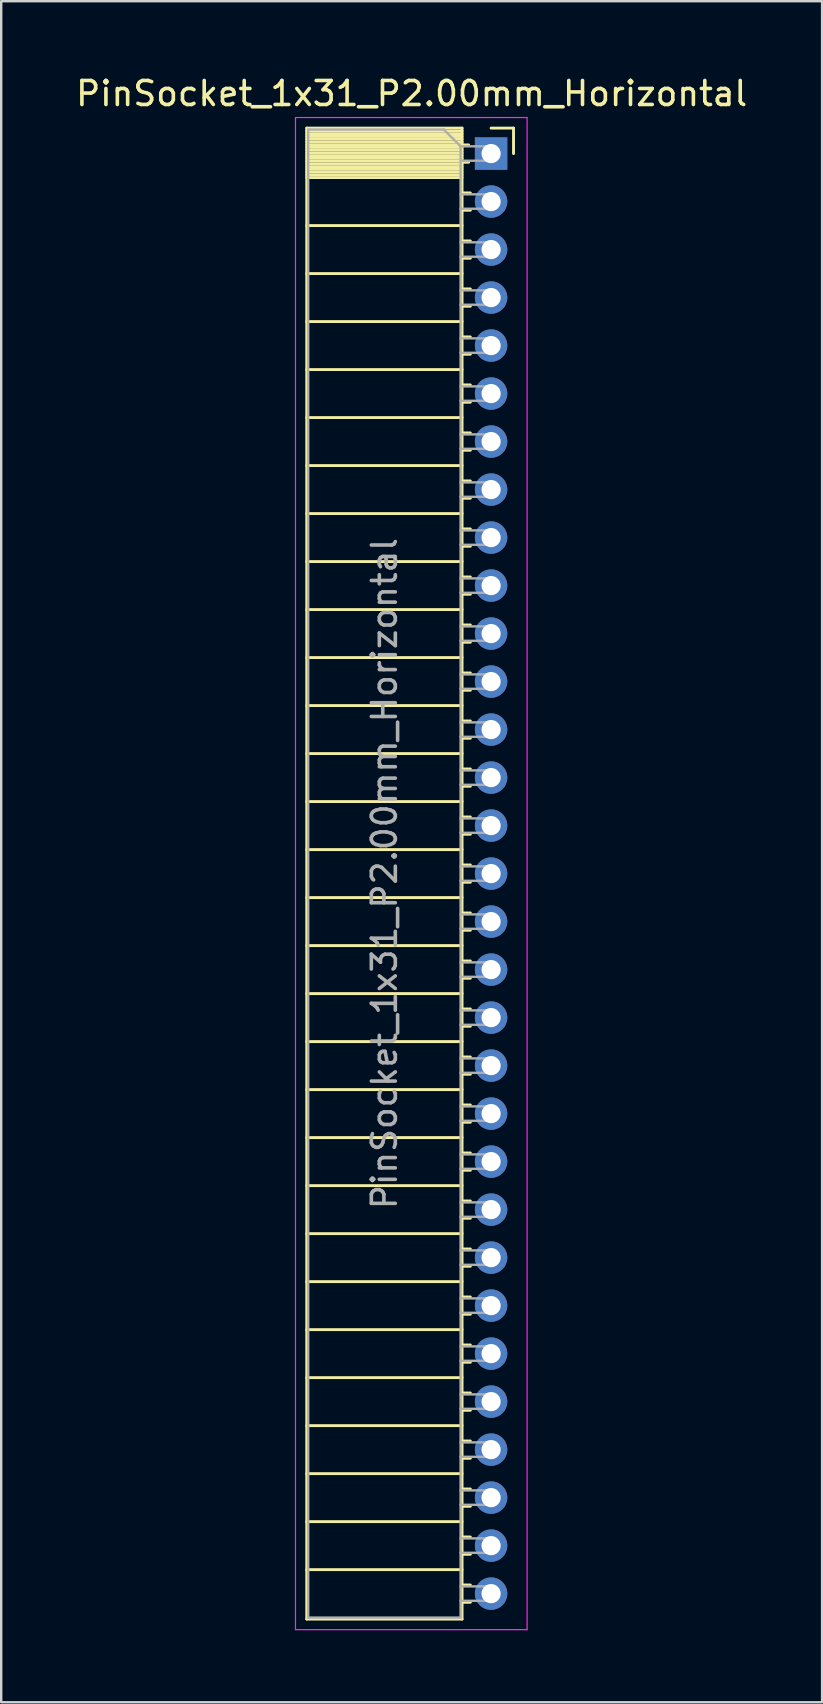
<source format=kicad_pcb>
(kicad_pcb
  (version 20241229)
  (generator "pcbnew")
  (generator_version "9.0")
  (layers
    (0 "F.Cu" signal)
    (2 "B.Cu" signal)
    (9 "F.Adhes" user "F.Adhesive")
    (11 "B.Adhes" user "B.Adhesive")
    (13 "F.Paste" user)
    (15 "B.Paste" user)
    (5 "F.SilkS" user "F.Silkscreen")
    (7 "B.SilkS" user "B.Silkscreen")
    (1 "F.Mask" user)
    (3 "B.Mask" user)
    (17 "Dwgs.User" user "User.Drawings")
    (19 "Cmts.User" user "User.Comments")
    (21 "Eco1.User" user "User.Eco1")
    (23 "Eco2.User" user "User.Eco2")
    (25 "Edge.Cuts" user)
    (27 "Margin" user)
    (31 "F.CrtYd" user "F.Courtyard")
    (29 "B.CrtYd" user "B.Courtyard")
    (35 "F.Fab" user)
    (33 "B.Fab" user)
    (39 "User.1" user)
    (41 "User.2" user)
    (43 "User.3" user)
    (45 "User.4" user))
  (footprint "PinSocket_1x31_P2.00mm_Horizontal"
    (layer "F.Cu")
    (at 17.411 3.348)
    (property "Reference" "PinSocket_1x31_P2.00mm_Horizontal" (at -3.31 -2.5 0) (layer "F.SilkS") (effects (font (size 1 1) (thickness 0.15))))
    (attr through_hole)
    (fp_line (start -7.68 -1.06) (end -7.68 61.06) (stroke (width 0.12) (type solid)) (layer "F.SilkS"))
    (fp_line (start -7.68 -1.06) (end -1.21 -1.06) (stroke (width 0.12) (type solid)) (layer "F.SilkS"))
    (fp_line (start -7.68 -0.94) (end -1.21 -0.94) (stroke (width 0.12) (type solid)) (layer "F.SilkS"))
    (fp_line (start -7.68 -0.826) (end -1.21 -0.826) (stroke (width 0.12) (type solid)) (layer "F.SilkS"))
    (fp_line (start -7.68 -0.712) (end -1.21 -0.712) (stroke (width 0.12) (type solid)) (layer "F.SilkS"))
    (fp_line (start -7.68 -0.598) (end -1.21 -0.598) (stroke (width 0.12) (type solid)) (layer "F.SilkS"))
    (fp_line (start -7.68 -0.484) (end -1.21 -0.484) (stroke (width 0.12) (type solid)) (layer "F.SilkS"))
    (fp_line (start -7.68 -0.369) (end -1.21 -0.369) (stroke (width 0.12) (type solid)) (layer "F.SilkS"))
    (fp_line (start -7.68 -0.255) (end -1.21 -0.255) (stroke (width 0.12) (type solid)) (layer "F.SilkS"))
    (fp_line (start -7.68 -0.141) (end -1.21 -0.141) (stroke (width 0.12) (type solid)) (layer "F.SilkS"))
    (fp_line (start -7.68 -0.027) (end -1.21 -0.027) (stroke (width 0.12) (type solid)) (layer "F.SilkS"))
    (fp_line (start -7.68 0.087) (end -1.21 0.087) (stroke (width 0.12) (type solid)) (layer "F.SilkS"))
    (fp_line (start -7.68 0.201) (end -1.21 0.201) (stroke (width 0.12) (type solid)) (layer "F.SilkS"))
    (fp_line (start -7.68 0.315) (end -1.21 0.315) (stroke (width 0.12) (type solid)) (layer "F.SilkS"))
    (fp_line (start -7.68 0.429) (end -1.21 0.429) (stroke (width 0.12) (type solid)) (layer "F.SilkS"))
    (fp_line (start -7.68 0.544) (end -1.21 0.544) (stroke (width 0.12) (type solid)) (layer "F.SilkS"))
    (fp_line (start -7.68 0.658) (end -1.21 0.658) (stroke (width 0.12) (type solid)) (layer "F.SilkS"))
    (fp_line (start -7.68 0.772) (end -1.21 0.772) (stroke (width 0.12) (type solid)) (layer "F.SilkS"))
    (fp_line (start -7.68 0.886) (end -1.21 0.886) (stroke (width 0.12) (type solid)) (layer "F.SilkS"))
    (fp_line (start -7.68 1) (end -1.21 1) (stroke (width 0.12) (type solid)) (layer "F.SilkS"))
    (fp_line (start -7.68 3) (end -1.21 3) (stroke (width 0.12) (type solid)) (layer "F.SilkS"))
    (fp_line (start -7.68 5) (end -1.21 5) (stroke (width 0.12) (type solid)) (layer "F.SilkS"))
    (fp_line (start -7.68 7) (end -1.21 7) (stroke (width 0.12) (type solid)) (layer "F.SilkS"))
    (fp_line (start -7.68 9) (end -1.21 9) (stroke (width 0.12) (type solid)) (layer "F.SilkS"))
    (fp_line (start -7.68 11) (end -1.21 11) (stroke (width 0.12) (type solid)) (layer "F.SilkS"))
    (fp_line (start -7.68 13) (end -1.21 13) (stroke (width 0.12) (type solid)) (layer "F.SilkS"))
    (fp_line (start -7.68 15) (end -1.21 15) (stroke (width 0.12) (type solid)) (layer "F.SilkS"))
    (fp_line (start -7.68 17) (end -1.21 17) (stroke (width 0.12) (type solid)) (layer "F.SilkS"))
    (fp_line (start -7.68 19) (end -1.21 19) (stroke (width 0.12) (type solid)) (layer "F.SilkS"))
    (fp_line (start -7.68 21) (end -1.21 21) (stroke (width 0.12) (type solid)) (layer "F.SilkS"))
    (fp_line (start -7.68 23) (end -1.21 23) (stroke (width 0.12) (type solid)) (layer "F.SilkS"))
    (fp_line (start -7.68 25) (end -1.21 25) (stroke (width 0.12) (type solid)) (layer "F.SilkS"))
    (fp_line (start -7.68 27) (end -1.21 27) (stroke (width 0.12) (type solid)) (layer "F.SilkS"))
    (fp_line (start -7.68 29) (end -1.21 29) (stroke (width 0.12) (type solid)) (layer "F.SilkS"))
    (fp_line (start -7.68 31) (end -1.21 31) (stroke (width 0.12) (type solid)) (layer "F.SilkS"))
    (fp_line (start -7.68 33) (end -1.21 33) (stroke (width 0.12) (type solid)) (layer "F.SilkS"))
    (fp_line (start -7.68 35) (end -1.21 35) (stroke (width 0.12) (type solid)) (layer "F.SilkS"))
    (fp_line (start -7.68 37) (end -1.21 37) (stroke (width 0.12) (type solid)) (layer "F.SilkS"))
    (fp_line (start -7.68 39) (end -1.21 39) (stroke (width 0.12) (type solid)) (layer "F.SilkS"))
    (fp_line (start -7.68 41) (end -1.21 41) (stroke (width 0.12) (type solid)) (layer "F.SilkS"))
    (fp_line (start -7.68 43) (end -1.21 43) (stroke (width 0.12) (type solid)) (layer "F.SilkS"))
    (fp_line (start -7.68 45) (end -1.21 45) (stroke (width 0.12) (type solid)) (layer "F.SilkS"))
    (fp_line (start -7.68 47) (end -1.21 47) (stroke (width 0.12) (type solid)) (layer "F.SilkS"))
    (fp_line (start -7.68 49) (end -1.21 49) (stroke (width 0.12) (type solid)) (layer "F.SilkS"))
    (fp_line (start -7.68 51) (end -1.21 51) (stroke (width 0.12) (type solid)) (layer "F.SilkS"))
    (fp_line (start -7.68 53) (end -1.21 53) (stroke (width 0.12) (type solid)) (layer "F.SilkS"))
    (fp_line (start -7.68 55) (end -1.21 55) (stroke (width 0.12) (type solid)) (layer "F.SilkS"))
    (fp_line (start -7.68 57) (end -1.21 57) (stroke (width 0.12) (type solid)) (layer "F.SilkS"))
    (fp_line (start -7.68 59) (end -1.21 59) (stroke (width 0.12) (type solid)) (layer "F.SilkS"))
    (fp_line (start -7.68 61.06) (end -1.21 61.06) (stroke (width 0.12) (type solid)) (layer "F.SilkS"))
    (fp_line (start -1.21 -1.06) (end -1.21 61.06) (stroke (width 0.12) (type solid)) (layer "F.SilkS"))
    (fp_line (start -1.21 -0.36) (end -0.935 -0.36) (stroke (width 0.12) (type solid)) (layer "F.SilkS"))
    (fp_line (start -1.21 0.36) (end -0.935 0.36) (stroke (width 0.12) (type solid)) (layer "F.SilkS"))
    (fp_line (start -1.21 1.64) (end -0.863 1.64) (stroke (width 0.12) (type solid)) (layer "F.SilkS"))
    (fp_line (start -1.21 2.36) (end -0.863 2.36) (stroke (width 0.12) (type solid)) (layer "F.SilkS"))
    (fp_line (start -1.21 3.64) (end -0.863 3.64) (stroke (width 0.12) (type solid)) (layer "F.SilkS"))
    (fp_line (start -1.21 4.36) (end -0.863 4.36) (stroke (width 0.12) (type solid)) (layer "F.SilkS"))
    (fp_line (start -1.21 5.64) (end -0.863 5.64) (stroke (width 0.12) (type solid)) (layer "F.SilkS"))
    (fp_line (start -1.21 6.36) (end -0.863 6.36) (stroke (width 0.12) (type solid)) (layer "F.SilkS"))
    (fp_line (start -1.21 7.64) (end -0.863 7.64) (stroke (width 0.12) (type solid)) (layer "F.SilkS"))
    (fp_line (start -1.21 8.36) (end -0.863 8.36) (stroke (width 0.12) (type solid)) (layer "F.SilkS"))
    (fp_line (start -1.21 9.64) (end -0.863 9.64) (stroke (width 0.12) (type solid)) (layer "F.SilkS"))
    (fp_line (start -1.21 10.36) (end -0.863 10.36) (stroke (width 0.12) (type solid)) (layer "F.SilkS"))
    (fp_line (start -1.21 11.64) (end -0.863 11.64) (stroke (width 0.12) (type solid)) (layer "F.SilkS"))
    (fp_line (start -1.21 12.36) (end -0.863 12.36) (stroke (width 0.12) (type solid)) (layer "F.SilkS"))
    (fp_line (start -1.21 13.64) (end -0.863 13.64) (stroke (width 0.12) (type solid)) (layer "F.SilkS"))
    (fp_line (start -1.21 14.36) (end -0.863 14.36) (stroke (width 0.12) (type solid)) (layer "F.SilkS"))
    (fp_line (start -1.21 15.64) (end -0.863 15.64) (stroke (width 0.12) (type solid)) (layer "F.SilkS"))
    (fp_line (start -1.21 16.36) (end -0.863 16.36) (stroke (width 0.12) (type solid)) (layer "F.SilkS"))
    (fp_line (start -1.21 17.64) (end -0.863 17.64) (stroke (width 0.12) (type solid)) (layer "F.SilkS"))
    (fp_line (start -1.21 18.36) (end -0.863 18.36) (stroke (width 0.12) (type solid)) (layer "F.SilkS"))
    (fp_line (start -1.21 19.64) (end -0.863 19.64) (stroke (width 0.12) (type solid)) (layer "F.SilkS"))
    (fp_line (start -1.21 20.36) (end -0.863 20.36) (stroke (width 0.12) (type solid)) (layer "F.SilkS"))
    (fp_line (start -1.21 21.64) (end -0.863 21.64) (stroke (width 0.12) (type solid)) (layer "F.SilkS"))
    (fp_line (start -1.21 22.36) (end -0.863 22.36) (stroke (width 0.12) (type solid)) (layer "F.SilkS"))
    (fp_line (start -1.21 23.64) (end -0.863 23.64) (stroke (width 0.12) (type solid)) (layer "F.SilkS"))
    (fp_line (start -1.21 24.36) (end -0.863 24.36) (stroke (width 0.12) (type solid)) (layer "F.SilkS"))
    (fp_line (start -1.21 25.64) (end -0.863 25.64) (stroke (width 0.12) (type solid)) (layer "F.SilkS"))
    (fp_line (start -1.21 26.36) (end -0.863 26.36) (stroke (width 0.12) (type solid)) (layer "F.SilkS"))
    (fp_line (start -1.21 27.64) (end -0.863 27.64) (stroke (width 0.12) (type solid)) (layer "F.SilkS"))
    (fp_line (start -1.21 28.36) (end -0.863 28.36) (stroke (width 0.12) (type solid)) (layer "F.SilkS"))
    (fp_line (start -1.21 29.64) (end -0.863 29.64) (stroke (width 0.12) (type solid)) (layer "F.SilkS"))
    (fp_line (start -1.21 30.36) (end -0.863 30.36) (stroke (width 0.12) (type solid)) (layer "F.SilkS"))
    (fp_line (start -1.21 31.64) (end -0.863 31.64) (stroke (width 0.12) (type solid)) (layer "F.SilkS"))
    (fp_line (start -1.21 32.36) (end -0.863 32.36) (stroke (width 0.12) (type solid)) (layer "F.SilkS"))
    (fp_line (start -1.21 33.64) (end -0.863 33.64) (stroke (width 0.12) (type solid)) (layer "F.SilkS"))
    (fp_line (start -1.21 34.36) (end -0.863 34.36) (stroke (width 0.12) (type solid)) (layer "F.SilkS"))
    (fp_line (start -1.21 35.64) (end -0.863 35.64) (stroke (width 0.12) (type solid)) (layer "F.SilkS"))
    (fp_line (start -1.21 36.36) (end -0.863 36.36) (stroke (width 0.12) (type solid)) (layer "F.SilkS"))
    (fp_line (start -1.21 37.64) (end -0.863 37.64) (stroke (width 0.12) (type solid)) (layer "F.SilkS"))
    (fp_line (start -1.21 38.36) (end -0.863 38.36) (stroke (width 0.12) (type solid)) (layer "F.SilkS"))
    (fp_line (start -1.21 39.64) (end -0.863 39.64) (stroke (width 0.12) (type solid)) (layer "F.SilkS"))
    (fp_line (start -1.21 40.36) (end -0.863 40.36) (stroke (width 0.12) (type solid)) (layer "F.SilkS"))
    (fp_line (start -1.21 41.64) (end -0.863 41.64) (stroke (width 0.12) (type solid)) (layer "F.SilkS"))
    (fp_line (start -1.21 42.36) (end -0.863 42.36) (stroke (width 0.12) (type solid)) (layer "F.SilkS"))
    (fp_line (start -1.21 43.64) (end -0.863 43.64) (stroke (width 0.12) (type solid)) (layer "F.SilkS"))
    (fp_line (start -1.21 44.36) (end -0.863 44.36) (stroke (width 0.12) (type solid)) (layer "F.SilkS"))
    (fp_line (start -1.21 45.64) (end -0.863 45.64) (stroke (width 0.12) (type solid)) (layer "F.SilkS"))
    (fp_line (start -1.21 46.36) (end -0.863 46.36) (stroke (width 0.12) (type solid)) (layer "F.SilkS"))
    (fp_line (start -1.21 47.64) (end -0.863 47.64) (stroke (width 0.12) (type solid)) (layer "F.SilkS"))
    (fp_line (start -1.21 48.36) (end -0.863 48.36) (stroke (width 0.12) (type solid)) (layer "F.SilkS"))
    (fp_line (start -1.21 49.64) (end -0.863 49.64) (stroke (width 0.12) (type solid)) (layer "F.SilkS"))
    (fp_line (start -1.21 50.36) (end -0.863 50.36) (stroke (width 0.12) (type solid)) (layer "F.SilkS"))
    (fp_line (start -1.21 51.64) (end -0.863 51.64) (stroke (width 0.12) (type solid)) (layer "F.SilkS"))
    (fp_line (start -1.21 52.36) (end -0.863 52.36) (stroke (width 0.12) (type solid)) (layer "F.SilkS"))
    (fp_line (start -1.21 53.64) (end -0.863 53.64) (stroke (width 0.12) (type solid)) (layer "F.SilkS"))
    (fp_line (start -1.21 54.36) (end -0.863 54.36) (stroke (width 0.12) (type solid)) (layer "F.SilkS"))
    (fp_line (start -1.21 55.64) (end -0.863 55.64) (stroke (width 0.12) (type solid)) (layer "F.SilkS"))
    (fp_line (start -1.21 56.36) (end -0.863 56.36) (stroke (width 0.12) (type solid)) (layer "F.SilkS"))
    (fp_line (start -1.21 57.64) (end -0.863 57.64) (stroke (width 0.12) (type solid)) (layer "F.SilkS"))
    (fp_line (start -1.21 58.36) (end -0.863 58.36) (stroke (width 0.12) (type solid)) (layer "F.SilkS"))
    (fp_line (start -1.21 59.64) (end -0.863 59.64) (stroke (width 0.12) (type solid)) (layer "F.SilkS"))
    (fp_line (start -1.21 60.36) (end -0.863 60.36) (stroke (width 0.12) (type solid)) (layer "F.SilkS"))
    (fp_line (start 0 -1.06) (end 0.935 -1.06) (stroke (width 0.12) (type solid)) (layer "F.SilkS"))
    (fp_line (start 0.935 -1.06) (end 0.935 0) (stroke (width 0.12) (type solid)) (layer "F.SilkS"))
    (fp_line (start -8.15 -1.5) (end -8.15 61.5) (stroke (width 0.05) (type solid)) (layer "F.CrtYd"))
    (fp_line (start -8.15 61.5) (end 1.5 61.5) (stroke (width 0.05) (type solid)) (layer "F.CrtYd"))
    (fp_line (start 1.5 -1.5) (end -8.15 -1.5) (stroke (width 0.05) (type solid)) (layer "F.CrtYd"))
    (fp_line (start 1.5 61.5) (end 1.5 -1.5) (stroke (width 0.05) (type solid)) (layer "F.CrtYd"))
    (fp_line (start -7.62 -1) (end -1.97 -1) (stroke (width 0.1) (type solid)) (layer "F.Fab"))
    (fp_line (start -7.62 61) (end -7.62 -1) (stroke (width 0.1) (type solid)) (layer "F.Fab"))
    (fp_line (start -1.97 -1) (end -1.27 -0.3) (stroke (width 0.1) (type solid)) (layer "F.Fab"))
    (fp_line (start -1.27 -0.3) (end -1.27 61) (stroke (width 0.1) (type solid)) (layer "F.Fab"))
    (fp_line (start -1.27 0.3) (end 0 0.3) (stroke (width 0.1) (type solid)) (layer "F.Fab"))
    (fp_line (start -1.27 2.3) (end 0 2.3) (stroke (width 0.1) (type solid)) (layer "F.Fab"))
    (fp_line (start -1.27 4.3) (end 0 4.3) (stroke (width 0.1) (type solid)) (layer "F.Fab"))
    (fp_line (start -1.27 6.3) (end 0 6.3) (stroke (width 0.1) (type solid)) (layer "F.Fab"))
    (fp_line (start -1.27 8.3) (end 0 8.3) (stroke (width 0.1) (type solid)) (layer "F.Fab"))
    (fp_line (start -1.27 10.3) (end 0 10.3) (stroke (width 0.1) (type solid)) (layer "F.Fab"))
    (fp_line (start -1.27 12.3) (end 0 12.3) (stroke (width 0.1) (type solid)) (layer "F.Fab"))
    (fp_line (start -1.27 14.3) (end 0 14.3) (stroke (width 0.1) (type solid)) (layer "F.Fab"))
    (fp_line (start -1.27 16.3) (end 0 16.3) (stroke (width 0.1) (type solid)) (layer "F.Fab"))
    (fp_line (start -1.27 18.3) (end 0 18.3) (stroke (width 0.1) (type solid)) (layer "F.Fab"))
    (fp_line (start -1.27 20.3) (end 0 20.3) (stroke (width 0.1) (type solid)) (layer "F.Fab"))
    (fp_line (start -1.27 22.3) (end 0 22.3) (stroke (width 0.1) (type solid)) (layer "F.Fab"))
    (fp_line (start -1.27 24.3) (end 0 24.3) (stroke (width 0.1) (type solid)) (layer "F.Fab"))
    (fp_line (start -1.27 26.3) (end 0 26.3) (stroke (width 0.1) (type solid)) (layer "F.Fab"))
    (fp_line (start -1.27 28.3) (end 0 28.3) (stroke (width 0.1) (type solid)) (layer "F.Fab"))
    (fp_line (start -1.27 30.3) (end 0 30.3) (stroke (width 0.1) (type solid)) (layer "F.Fab"))
    (fp_line (start -1.27 32.3) (end 0 32.3) (stroke (width 0.1) (type solid)) (layer "F.Fab"))
    (fp_line (start -1.27 34.3) (end 0 34.3) (stroke (width 0.1) (type solid)) (layer "F.Fab"))
    (fp_line (start -1.27 36.3) (end 0 36.3) (stroke (width 0.1) (type solid)) (layer "F.Fab"))
    (fp_line (start -1.27 38.3) (end 0 38.3) (stroke (width 0.1) (type solid)) (layer "F.Fab"))
    (fp_line (start -1.27 40.3) (end 0 40.3) (stroke (width 0.1) (type solid)) (layer "F.Fab"))
    (fp_line (start -1.27 42.3) (end 0 42.3) (stroke (width 0.1) (type solid)) (layer "F.Fab"))
    (fp_line (start -1.27 44.3) (end 0 44.3) (stroke (width 0.1) (type solid)) (layer "F.Fab"))
    (fp_line (start -1.27 46.3) (end 0 46.3) (stroke (width 0.1) (type solid)) (layer "F.Fab"))
    (fp_line (start -1.27 48.3) (end 0 48.3) (stroke (width 0.1) (type solid)) (layer "F.Fab"))
    (fp_line (start -1.27 50.3) (end 0 50.3) (stroke (width 0.1) (type solid)) (layer "F.Fab"))
    (fp_line (start -1.27 52.3) (end 0 52.3) (stroke (width 0.1) (type solid)) (layer "F.Fab"))
    (fp_line (start -1.27 54.3) (end 0 54.3) (stroke (width 0.1) (type solid)) (layer "F.Fab"))
    (fp_line (start -1.27 56.3) (end 0 56.3) (stroke (width 0.1) (type solid)) (layer "F.Fab"))
    (fp_line (start -1.27 58.3) (end 0 58.3) (stroke (width 0.1) (type solid)) (layer "F.Fab"))
    (fp_line (start -1.27 60.3) (end 0 60.3) (stroke (width 0.1) (type solid)) (layer "F.Fab"))
    (fp_line (start -1.27 61) (end -7.62 61) (stroke (width 0.1) (type solid)) (layer "F.Fab"))
    (fp_line (start 0 -0.3) (end -1.27 -0.3) (stroke (width 0.1) (type solid)) (layer "F.Fab"))
    (fp_line (start 0 0.3) (end 0 -0.3) (stroke (width 0.1) (type solid)) (layer "F.Fab"))
    (fp_line (start 0 1.7) (end -1.27 1.7) (stroke (width 0.1) (type solid)) (layer "F.Fab"))
    (fp_line (start 0 2.3) (end 0 1.7) (stroke (width 0.1) (type solid)) (layer "F.Fab"))
    (fp_line (start 0 3.7) (end -1.27 3.7) (stroke (width 0.1) (type solid)) (layer "F.Fab"))
    (fp_line (start 0 4.3) (end 0 3.7) (stroke (width 0.1) (type solid)) (layer "F.Fab"))
    (fp_line (start 0 5.7) (end -1.27 5.7) (stroke (width 0.1) (type solid)) (layer "F.Fab"))
    (fp_line (start 0 6.3) (end 0 5.7) (stroke (width 0.1) (type solid)) (layer "F.Fab"))
    (fp_line (start 0 7.7) (end -1.27 7.7) (stroke (width 0.1) (type solid)) (layer "F.Fab"))
    (fp_line (start 0 8.3) (end 0 7.7) (stroke (width 0.1) (type solid)) (layer "F.Fab"))
    (fp_line (start 0 9.7) (end -1.27 9.7) (stroke (width 0.1) (type solid)) (layer "F.Fab"))
    (fp_line (start 0 10.3) (end 0 9.7) (stroke (width 0.1) (type solid)) (layer "F.Fab"))
    (fp_line (start 0 11.7) (end -1.27 11.7) (stroke (width 0.1) (type solid)) (layer "F.Fab"))
    (fp_line (start 0 12.3) (end 0 11.7) (stroke (width 0.1) (type solid)) (layer "F.Fab"))
    (fp_line (start 0 13.7) (end -1.27 13.7) (stroke (width 0.1) (type solid)) (layer "F.Fab"))
    (fp_line (start 0 14.3) (end 0 13.7) (stroke (width 0.1) (type solid)) (layer "F.Fab"))
    (fp_line (start 0 15.7) (end -1.27 15.7) (stroke (width 0.1) (type solid)) (layer "F.Fab"))
    (fp_line (start 0 16.3) (end 0 15.7) (stroke (width 0.1) (type solid)) (layer "F.Fab"))
    (fp_line (start 0 17.7) (end -1.27 17.7) (stroke (width 0.1) (type solid)) (layer "F.Fab"))
    (fp_line (start 0 18.3) (end 0 17.7) (stroke (width 0.1) (type solid)) (layer "F.Fab"))
    (fp_line (start 0 19.7) (end -1.27 19.7) (stroke (width 0.1) (type solid)) (layer "F.Fab"))
    (fp_line (start 0 20.3) (end 0 19.7) (stroke (width 0.1) (type solid)) (layer "F.Fab"))
    (fp_line (start 0 21.7) (end -1.27 21.7) (stroke (width 0.1) (type solid)) (layer "F.Fab"))
    (fp_line (start 0 22.3) (end 0 21.7) (stroke (width 0.1) (type solid)) (layer "F.Fab"))
    (fp_line (start 0 23.7) (end -1.27 23.7) (stroke (width 0.1) (type solid)) (layer "F.Fab"))
    (fp_line (start 0 24.3) (end 0 23.7) (stroke (width 0.1) (type solid)) (layer "F.Fab"))
    (fp_line (start 0 25.7) (end -1.27 25.7) (stroke (width 0.1) (type solid)) (layer "F.Fab"))
    (fp_line (start 0 26.3) (end 0 25.7) (stroke (width 0.1) (type solid)) (layer "F.Fab"))
    (fp_line (start 0 27.7) (end -1.27 27.7) (stroke (width 0.1) (type solid)) (layer "F.Fab"))
    (fp_line (start 0 28.3) (end 0 27.7) (stroke (width 0.1) (type solid)) (layer "F.Fab"))
    (fp_line (start 0 29.7) (end -1.27 29.7) (stroke (width 0.1) (type solid)) (layer "F.Fab"))
    (fp_line (start 0 30.3) (end 0 29.7) (stroke (width 0.1) (type solid)) (layer "F.Fab"))
    (fp_line (start 0 31.7) (end -1.27 31.7) (stroke (width 0.1) (type solid)) (layer "F.Fab"))
    (fp_line (start 0 32.3) (end 0 31.7) (stroke (width 0.1) (type solid)) (layer "F.Fab"))
    (fp_line (start 0 33.7) (end -1.27 33.7) (stroke (width 0.1) (type solid)) (layer "F.Fab"))
    (fp_line (start 0 34.3) (end 0 33.7) (stroke (width 0.1) (type solid)) (layer "F.Fab"))
    (fp_line (start 0 35.7) (end -1.27 35.7) (stroke (width 0.1) (type solid)) (layer "F.Fab"))
    (fp_line (start 0 36.3) (end 0 35.7) (stroke (width 0.1) (type solid)) (layer "F.Fab"))
    (fp_line (start 0 37.7) (end -1.27 37.7) (stroke (width 0.1) (type solid)) (layer "F.Fab"))
    (fp_line (start 0 38.3) (end 0 37.7) (stroke (width 0.1) (type solid)) (layer "F.Fab"))
    (fp_line (start 0 39.7) (end -1.27 39.7) (stroke (width 0.1) (type solid)) (layer "F.Fab"))
    (fp_line (start 0 40.3) (end 0 39.7) (stroke (width 0.1) (type solid)) (layer "F.Fab"))
    (fp_line (start 0 41.7) (end -1.27 41.7) (stroke (width 0.1) (type solid)) (layer "F.Fab"))
    (fp_line (start 0 42.3) (end 0 41.7) (stroke (width 0.1) (type solid)) (layer "F.Fab"))
    (fp_line (start 0 43.7) (end -1.27 43.7) (stroke (width 0.1) (type solid)) (layer "F.Fab"))
    (fp_line (start 0 44.3) (end 0 43.7) (stroke (width 0.1) (type solid)) (layer "F.Fab"))
    (fp_line (start 0 45.7) (end -1.27 45.7) (stroke (width 0.1) (type solid)) (layer "F.Fab"))
    (fp_line (start 0 46.3) (end 0 45.7) (stroke (width 0.1) (type solid)) (layer "F.Fab"))
    (fp_line (start 0 47.7) (end -1.27 47.7) (stroke (width 0.1) (type solid)) (layer "F.Fab"))
    (fp_line (start 0 48.3) (end 0 47.7) (stroke (width 0.1) (type solid)) (layer "F.Fab"))
    (fp_line (start 0 49.7) (end -1.27 49.7) (stroke (width 0.1) (type solid)) (layer "F.Fab"))
    (fp_line (start 0 50.3) (end 0 49.7) (stroke (width 0.1) (type solid)) (layer "F.Fab"))
    (fp_line (start 0 51.7) (end -1.27 51.7) (stroke (width 0.1) (type solid)) (layer "F.Fab"))
    (fp_line (start 0 52.3) (end 0 51.7) (stroke (width 0.1) (type solid)) (layer "F.Fab"))
    (fp_line (start 0 53.7) (end -1.27 53.7) (stroke (width 0.1) (type solid)) (layer "F.Fab"))
    (fp_line (start 0 54.3) (end 0 53.7) (stroke (width 0.1) (type solid)) (layer "F.Fab"))
    (fp_line (start 0 55.7) (end -1.27 55.7) (stroke (width 0.1) (type solid)) (layer "F.Fab"))
    (fp_line (start 0 56.3) (end 0 55.7) (stroke (width 0.1) (type solid)) (layer "F.Fab"))
    (fp_line (start 0 57.7) (end -1.27 57.7) (stroke (width 0.1) (type solid)) (layer "F.Fab"))
    (fp_line (start 0 58.3) (end 0 57.7) (stroke (width 0.1) (type solid)) (layer "F.Fab"))
    (fp_line (start 0 59.7) (end -1.27 59.7) (stroke (width 0.1) (type solid)) (layer "F.Fab"))
    (fp_line (start 0 60.3) (end 0 59.7) (stroke (width 0.1) (type solid)) (layer "F.Fab"))
    (fp_text user "${REFERENCE}" (at -4.445 30 90) (layer "F.Fab") (effects (font (size 1 1) (thickness 0.15))))
    (pad "1" thru_hole rect (at 0 0) (size 1.35 1.35) (drill 0.8) (layers "*.Cu" "*.Mask"))
    (pad "2" thru_hole oval (at 0 2) (size 1.35 1.35) (drill 0.8) (layers "*.Cu" "*.Mask"))
    (pad "3" thru_hole oval (at 0 4) (size 1.35 1.35) (drill 0.8) (layers "*.Cu" "*.Mask"))
    (pad "4" thru_hole oval (at 0 6) (size 1.35 1.35) (drill 0.8) (layers "*.Cu" "*.Mask"))
    (pad "5" thru_hole oval (at 0 8) (size 1.35 1.35) (drill 0.8) (layers "*.Cu" "*.Mask"))
    (pad "6" thru_hole oval (at 0 10) (size 1.35 1.35) (drill 0.8) (layers "*.Cu" "*.Mask"))
    (pad "7" thru_hole oval (at 0 12) (size 1.35 1.35) (drill 0.8) (layers "*.Cu" "*.Mask"))
    (pad "8" thru_hole oval (at 0 14) (size 1.35 1.35) (drill 0.8) (layers "*.Cu" "*.Mask"))
    (pad "9" thru_hole oval (at 0 16) (size 1.35 1.35) (drill 0.8) (layers "*.Cu" "*.Mask"))
    (pad "10" thru_hole oval (at 0 18) (size 1.35 1.35) (drill 0.8) (layers "*.Cu" "*.Mask"))
    (pad "11" thru_hole oval (at 0 20) (size 1.35 1.35) (drill 0.8) (layers "*.Cu" "*.Mask"))
    (pad "12" thru_hole oval (at 0 22) (size 1.35 1.35) (drill 0.8) (layers "*.Cu" "*.Mask"))
    (pad "13" thru_hole oval (at 0 24) (size 1.35 1.35) (drill 0.8) (layers "*.Cu" "*.Mask"))
    (pad "14" thru_hole oval (at 0 26) (size 1.35 1.35) (drill 0.8) (layers "*.Cu" "*.Mask"))
    (pad "15" thru_hole oval (at 0 28) (size 1.35 1.35) (drill 0.8) (layers "*.Cu" "*.Mask"))
    (pad "16" thru_hole oval (at 0 30) (size 1.35 1.35) (drill 0.8) (layers "*.Cu" "*.Mask"))
    (pad "17" thru_hole oval (at 0 32) (size 1.35 1.35) (drill 0.8) (layers "*.Cu" "*.Mask"))
    (pad "18" thru_hole oval (at 0 34) (size 1.35 1.35) (drill 0.8) (layers "*.Cu" "*.Mask"))
    (pad "19" thru_hole oval (at 0 36) (size 1.35 1.35) (drill 0.8) (layers "*.Cu" "*.Mask"))
    (pad "20" thru_hole oval (at 0 38) (size 1.35 1.35) (drill 0.8) (layers "*.Cu" "*.Mask"))
    (pad "21" thru_hole oval (at 0 40) (size 1.35 1.35) (drill 0.8) (layers "*.Cu" "*.Mask"))
    (pad "22" thru_hole oval (at 0 42) (size 1.35 1.35) (drill 0.8) (layers "*.Cu" "*.Mask"))
    (pad "23" thru_hole oval (at 0 44) (size 1.35 1.35) (drill 0.8) (layers "*.Cu" "*.Mask"))
    (pad "24" thru_hole oval (at 0 46) (size 1.35 1.35) (drill 0.8) (layers "*.Cu" "*.Mask"))
    (pad "25" thru_hole oval (at 0 48) (size 1.35 1.35) (drill 0.8) (layers "*.Cu" "*.Mask"))
    (pad "26" thru_hole oval (at 0 50) (size 1.35 1.35) (drill 0.8) (layers "*.Cu" "*.Mask"))
    (pad "27" thru_hole oval (at 0 52) (size 1.35 1.35) (drill 0.8) (layers "*.Cu" "*.Mask"))
    (pad "28" thru_hole oval (at 0 54) (size 1.35 1.35) (drill 0.8) (layers "*.Cu" "*.Mask"))
    (pad "29" thru_hole oval (at 0 56) (size 1.35 1.35) (drill 0.8) (layers "*.Cu" "*.Mask"))
    (pad "30" thru_hole oval (at 0 58) (size 1.35 1.35) (drill 0.8) (layers "*.Cu" "*.Mask"))
    (pad "31" thru_hole oval (at 0 60) (size 1.35 1.35) (drill 0.8) (layers "*.Cu" "*.Mask")))
  (gr_rect
    (start -3 -3)
    (end 31.202 67.873)
    (stroke (width 0.1) (type default))
    (fill no)
    (layer "Edge.Cuts")))
</source>
